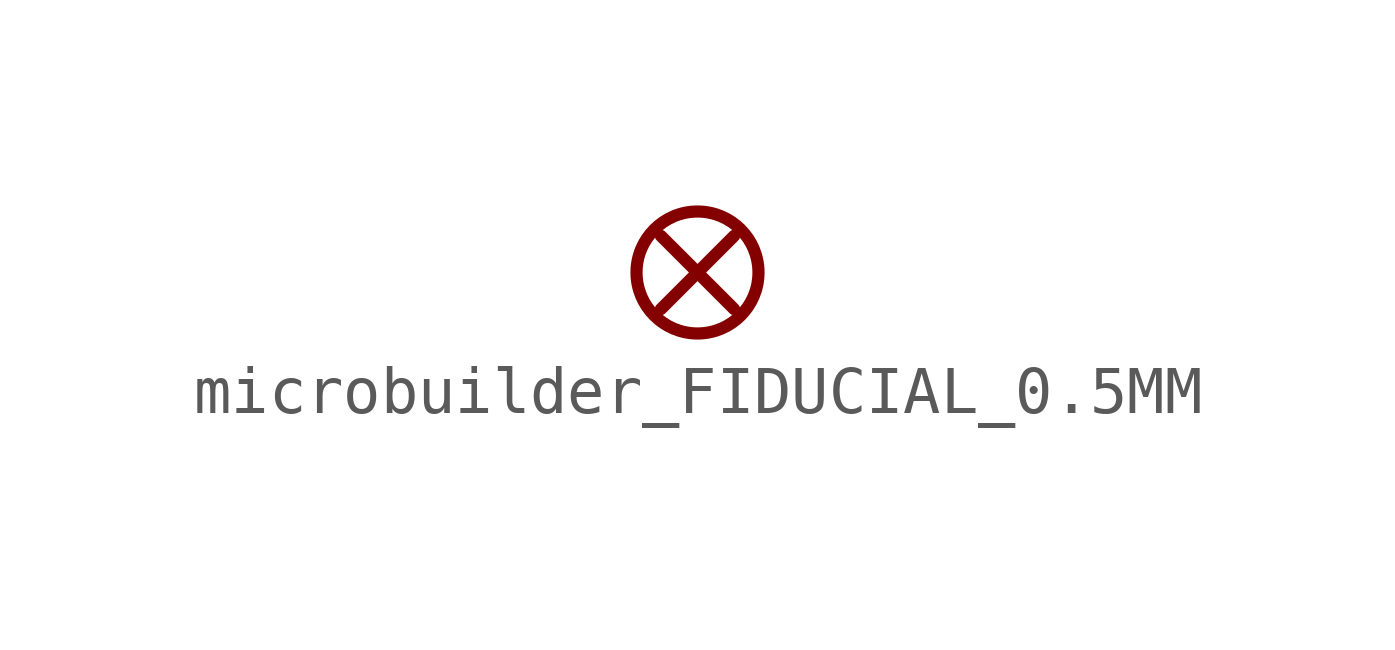
<source format=kicad_sym>
(kicad_symbol_lib
  (version 20241209)
  (generator "kicad_symbol_editor")
  (generator_version "9.0")
  (symbol "microbuilder_FIDUCIAL_0.5MM"
    (property "Reference" "FID"
      (at 0 0 0)
      (effects (font (size 1.27 1.27)) (hide yes)))
    (property "ki_locked" ""
      (at 0 0 0)
      (effects (font (size 1.27 1.27))))
    (symbol "microbuilder_FIDUCIAL_0.5MM_1_0"
      (polyline (pts (xy -0.762 0.762) (xy 0.762 -0.762)) (stroke (width 0.254) (type solid)) (fill (type none)))
      (circle (center 0 0) (radius 1.27) (stroke (width 0.254) (type solid)) (fill (type none)))
      (polyline (pts (xy 0.762 0.762) (xy -0.762 -0.762)) (stroke (width 0.254) (type solid)) (fill (type none))))))
</source>
